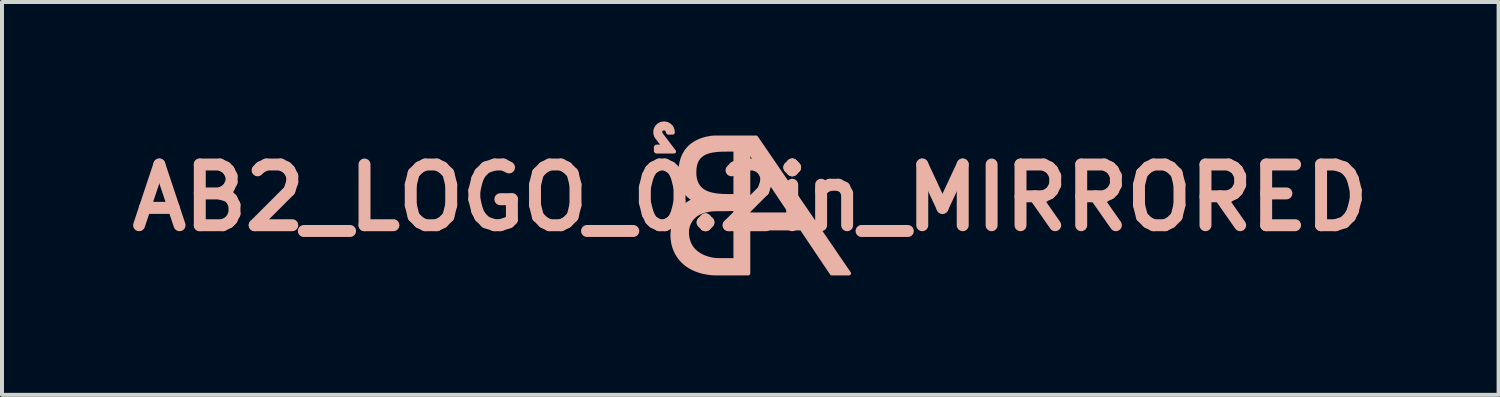
<source format=kicad_pcb>
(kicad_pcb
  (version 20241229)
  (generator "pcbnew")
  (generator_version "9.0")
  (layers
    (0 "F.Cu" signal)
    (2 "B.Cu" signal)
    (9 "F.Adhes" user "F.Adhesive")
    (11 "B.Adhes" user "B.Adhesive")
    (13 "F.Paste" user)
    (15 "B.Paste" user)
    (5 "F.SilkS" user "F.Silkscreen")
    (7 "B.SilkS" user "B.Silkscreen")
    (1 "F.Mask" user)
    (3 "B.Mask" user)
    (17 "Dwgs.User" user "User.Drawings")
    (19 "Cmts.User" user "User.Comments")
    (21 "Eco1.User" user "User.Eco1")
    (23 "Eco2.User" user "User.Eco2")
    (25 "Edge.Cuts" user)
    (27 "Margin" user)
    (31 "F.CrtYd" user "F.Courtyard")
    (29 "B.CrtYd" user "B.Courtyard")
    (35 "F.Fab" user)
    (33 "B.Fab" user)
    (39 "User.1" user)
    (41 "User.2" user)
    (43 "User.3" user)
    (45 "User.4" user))
  (footprint "AB2_LOGO_0.2in_MIRRORED"
    (layer "F.Cu")
    (at 15.792 1.916)
    (property "Reference" "AB2_LOGO_0.2in_MIRRORED" (at 0 0 0) (layer "B.SilkS") (effects (font (size 1.524 1.524) (thickness 0.3))))
    (attr through_hole)
    (fp_poly (pts (xy -1.915 -1.16) (xy -2.136 -1.16) (xy -2.358 -1.16) (xy -2.365 -1.167) (xy -2.372 -1.173) (xy -2.372 -1.222) (xy -2.372 -1.27) (xy -2.366 -1.277) (xy -2.36 -1.284) (xy -2.264 -1.285) (xy -2.246 -1.285) (xy -2.23 -1.285) (xy -2.214 -1.285) (xy -2.201 -1.285) (xy -2.189 -1.286) (xy -2.18 -1.286) (xy -2.173 -1.286) (xy -2.169 -1.286) (xy -2.168 -1.286) (xy -2.169 -1.287) (xy -2.172 -1.291) (xy -2.176 -1.297) (xy -2.182 -1.305) (xy -2.19 -1.315) (xy -2.198 -1.327) (xy -2.208 -1.339) (xy -2.218 -1.353) (xy -2.23 -1.368) (xy -2.232 -1.371) (xy -2.251 -1.396) (xy -2.268 -1.418) (xy -2.284 -1.438) (xy -2.297 -1.456) (xy -2.309 -1.472) (xy -2.32 -1.486) (xy -2.329 -1.498) (xy -2.337 -1.509) (xy -2.343 -1.518) (xy -2.349 -1.526) (xy -2.354 -1.533) (xy -2.358 -1.539) (xy -2.361 -1.545) (xy -2.364 -1.55) (xy -2.366 -1.554) (xy -2.368 -1.558) (xy -2.37 -1.562) (xy -2.371 -1.567) (xy -2.373 -1.571) (xy -2.374 -1.574) (xy -2.379 -1.591) (xy -2.383 -1.608) (xy -2.386 -1.625) (xy -2.386 -1.644) (xy -2.386 -1.649) (xy -2.386 -1.664) (xy -2.385 -1.677) (xy -2.383 -1.689) (xy -2.381 -1.701) (xy -2.377 -1.714) (xy -2.376 -1.718) (xy -2.366 -1.741) (xy -2.354 -1.763) (xy -2.339 -1.784) (xy -2.321 -1.803) (xy -2.302 -1.82) (xy -2.281 -1.835) (xy -2.258 -1.847) (xy -2.235 -1.856) (xy -2.211 -1.862) (xy -2.186 -1.865) (xy -2.16 -1.866) (xy -2.134 -1.863) (xy -2.108 -1.858) (xy -2.096 -1.854) (xy -2.073 -1.845) (xy -2.05 -1.832) (xy -2.029 -1.818) (xy -2.01 -1.801) (xy -1.993 -1.782) (xy -1.978 -1.762) (xy -1.971 -1.75) (xy -1.961 -1.726) (xy -1.954 -1.701) (xy -1.949 -1.674) (xy -1.948 -1.657) (xy -1.947 -1.636) (xy -2.003 -1.635) (xy -2.06 -1.635) (xy -2.065 -1.641) (xy -2.068 -1.645) (xy -2.07 -1.649) (xy -2.071 -1.653) (xy -2.073 -1.659) (xy -2.073 -1.665) (xy -2.075 -1.67) (xy -2.077 -1.677) (xy -2.08 -1.685) (xy -2.082 -1.687) (xy -2.09 -1.701) (xy -2.102 -1.714) (xy -2.115 -1.725) (xy -2.13 -1.734) (xy -2.142 -1.738) (xy -2.15 -1.74) (xy -2.161 -1.741) (xy -2.172 -1.741) (xy -2.182 -1.74) (xy -2.191 -1.738) (xy -2.208 -1.732) (xy -2.223 -1.723) (xy -2.236 -1.712) (xy -2.247 -1.699) (xy -2.256 -1.684) (xy -2.257 -1.68) (xy -2.26 -1.67) (xy -2.262 -1.658) (xy -2.262 -1.646) (xy -2.261 -1.634) (xy -2.261 -1.632) (xy -2.26 -1.629) (xy -2.259 -1.626) (xy -2.259 -1.623) (xy -2.258 -1.621) (xy -2.257 -1.618) (xy -2.255 -1.614) (xy -2.253 -1.611) (xy -2.251 -1.606) (xy -2.248 -1.601) (xy -2.244 -1.595) (xy -2.239 -1.588) (xy -2.233 -1.58) (xy -2.226 -1.571) (xy -2.218 -1.56) (xy -2.209 -1.547) (xy -2.198 -1.533) (xy -2.186 -1.517) (xy -2.172 -1.499) (xy -2.156 -1.478) (xy -2.139 -1.456) (xy -2.12 -1.431) (xy -2.104 -1.41) (xy -2.09 -1.392) (xy -2.076 -1.373) (xy -2.062 -1.355) (xy -2.047 -1.335) (xy -2.033 -1.316) (xy -2.018 -1.297) (xy -2.004 -1.278) (xy -1.99 -1.26) (xy -1.977 -1.243) (xy -1.965 -1.227) (xy -1.954 -1.212) (xy -1.944 -1.199) (xy -1.936 -1.188) (xy -1.929 -1.179) (xy -1.923 -1.172) (xy -1.92 -1.167) (xy -1.915 -1.16)) (stroke (width 0.1) (type solid)) (fill yes) (layer "B.SilkS"))
    (fp_poly (pts (xy 2.479 1.9) (xy 2.262 1.9) (xy 2.045 1.9) (xy 1.89 1.669) (xy 1.873 1.645) (xy 1.855 1.618) (xy 1.836 1.589) (xy 1.815 1.557) (xy 1.792 1.524) (xy 1.769 1.49) (xy 1.745 1.454) (xy 1.721 1.417) (xy 1.695 1.38) (xy 1.67 1.342) (xy 1.644 1.304) (xy 1.619 1.266) (xy 1.594 1.229) (xy 1.569 1.192) (xy 1.545 1.156) (xy 1.521 1.121) (xy 1.51 1.104) (xy 1.285 0.769) (xy 1.038 0.769) (xy 1.038 0.42) (xy 1.035 0.415) (xy 1.034 0.414) (xy 1.031 0.409) (xy 1.027 0.402) (xy 1.02 0.392) (xy 1.012 0.38) (xy 1.003 0.366) (xy 0.992 0.35) (xy 0.98 0.332) (xy 0.966 0.311) (xy 0.951 0.289) (xy 0.935 0.265) (xy 0.918 0.24) (xy 0.9 0.213) (xy 0.882 0.185) (xy 0.862 0.156) (xy 0.841 0.125) (xy 0.82 0.093) (xy 0.798 0.061) (xy 0.776 0.027) (xy 0.756 -0.003) (xy 0.729 -0.043) (xy 0.701 -0.085) (xy 0.671 -0.13) (xy 0.641 -0.175) (xy 0.609 -0.223) (xy 0.577 -0.271) (xy 0.544 -0.32) (xy 0.511 -0.369) (xy 0.478 -0.419) (xy 0.445 -0.468) (xy 0.412 -0.517) (xy 0.379 -0.566) (xy 0.348 -0.613) (xy 0.317 -0.659) (xy 0.288 -0.703) (xy 0.26 -0.745) (xy 0.233 -0.785) (xy 0.215 -0.811) (xy 0.193 -0.844) (xy 0.172 -0.877) (xy 0.15 -0.908) (xy 0.13 -0.939) (xy 0.11 -0.968) (xy 0.091 -0.997) (xy 0.073 -1.024) (xy 0.056 -1.049) (xy 0.04 -1.073) (xy 0.025 -1.096) (xy 0.011 -1.117) (xy -0.002 -1.136) (xy -0.013 -1.152) (xy -0.023 -1.167) (xy -0.031 -1.18) (xy -0.038 -1.19) (xy -0.044 -1.198) (xy -0.047 -1.203) (xy -0.049 -1.206) (xy -0.049 -1.206) (xy -0.049 -1.205) (xy -0.05 -1.2) (xy -0.05 -1.192) (xy -0.05 -1.181) (xy -0.05 -1.167) (xy -0.05 -1.15) (xy -0.05 -1.13) (xy -0.05 -1.107) (xy -0.05 -1.082) (xy -0.05 -1.054) (xy -0.05 -1.024) (xy -0.05 -0.991) (xy -0.05 -0.957) (xy -0.05 -0.92) (xy -0.051 -0.881) (xy -0.051 -0.84) (xy -0.051 -0.797) (xy -0.051 -0.752) (xy -0.051 -0.706) (xy -0.051 -0.658) (xy -0.051 -0.609) (xy -0.051 -0.559) (xy -0.051 -0.507) (xy -0.051 -0.454) (xy -0.051 -0.399) (xy -0.051 -0.394) (xy -0.051 0.42) (xy 0.494 0.42) (xy 1.038 0.42) (xy 1.038 0.769) (xy 0.617 0.769) (xy -0.051 0.769) (xy -0.051 1.334) (xy -0.051 1.9) (xy -0.374 1.9) (xy -0.374 1.566) (xy -0.374 0.924) (xy -0.374 0.283) (xy -0.374 -0.042) (xy -0.374 -0.626) (xy -0.374 -1.209) (xy -0.488 -1.209) (xy -0.535 -1.209) (xy -0.579 -1.209) (xy -0.62 -1.208) (xy -0.658 -1.208) (xy -0.694 -1.207) (xy -0.728 -1.206) (xy -0.759 -1.204) (xy -0.788 -1.203) (xy -0.816 -1.201) (xy -0.842 -1.199) (xy -0.867 -1.196) (xy -0.89 -1.193) (xy -0.913 -1.19) (xy -0.935 -1.187) (xy -0.957 -1.183) (xy -0.979 -1.179) (xy -0.994 -1.176) (xy -1.039 -1.165) (xy -1.081 -1.152) (xy -1.121 -1.137) (xy -1.158 -1.119) (xy -1.192 -1.1) (xy -1.224 -1.078) (xy -1.253 -1.055) (xy -1.28 -1.029) (xy -1.304 -1.001) (xy -1.325 -0.97) (xy -1.344 -0.938) (xy -1.36 -0.904) (xy -1.374 -0.867) (xy -1.383 -0.835) (xy -1.389 -0.81) (xy -1.394 -0.786) (xy -1.398 -0.761) (xy -1.401 -0.735) (xy -1.403 -0.708) (xy -1.404 -0.679) (xy -1.405 -0.66) (xy -1.405 -0.62) (xy -1.404 -0.583) (xy -1.401 -0.547) (xy -1.397 -0.514) (xy -1.391 -0.482) (xy -1.383 -0.45) (xy -1.379 -0.434) (xy -1.374 -0.416) (xy -1.369 -0.4) (xy -1.363 -0.385) (xy -1.357 -0.371) (xy -1.35 -0.355) (xy -1.346 -0.348) (xy -1.328 -0.315) (xy -1.309 -0.285) (xy -1.286 -0.256) (xy -1.261 -0.229) (xy -1.234 -0.204) (xy -1.205 -0.181) (xy -1.173 -0.16) (xy -1.138 -0.141) (xy -1.101 -0.123) (xy -1.061 -0.108) (xy -1.018 -0.094) (xy -0.973 -0.082) (xy -0.925 -0.072) (xy -0.874 -0.063) (xy -0.82 -0.056) (xy -0.774 -0.052) (xy -0.753 -0.05) (xy -0.734 -0.049) (xy -0.714 -0.047) (xy -0.694 -0.046) (xy -0.673 -0.046) (xy -0.651 -0.045) (xy -0.628 -0.044) (xy -0.604 -0.044) (xy -0.577 -0.043) (xy -0.548 -0.043) (xy -0.516 -0.043) (xy -0.483 -0.043) (xy -0.374 -0.042) (xy -0.374 0.283) (xy -0.425 0.284) (xy -0.448 0.284) (xy -0.474 0.285) (xy -0.501 0.285) (xy -0.53 0.285) (xy -0.559 0.286) (xy -0.589 0.286) (xy -0.619 0.287) (xy -0.649 0.287) (xy -0.677 0.287) (xy -0.705 0.287) (xy -0.73 0.288) (xy -0.753 0.288) (xy -0.774 0.288) (xy -0.785 0.288) (xy -0.818 0.288) (xy -0.848 0.288) (xy -0.876 0.289) (xy -0.901 0.29) (xy -0.925 0.291) (xy -0.948 0.292) (xy -0.969 0.294) (xy -0.99 0.296) (xy -1.01 0.299) (xy -1.023 0.301) (xy -1.072 0.309) (xy -1.118 0.319) (xy -1.162 0.331) (xy -1.205 0.345) (xy -1.245 0.361) (xy -1.279 0.376) (xy -1.31 0.392) (xy -1.337 0.408) (xy -1.363 0.425) (xy -1.387 0.443) (xy -1.41 0.463) (xy -1.433 0.485) (xy -1.435 0.487) (xy -1.464 0.518) (xy -1.49 0.551) (xy -1.513 0.586) (xy -1.533 0.622) (xy -1.55 0.661) (xy -1.565 0.701) (xy -1.576 0.743) (xy -1.585 0.786) (xy -1.586 0.793) (xy -1.587 0.8) (xy -1.588 0.807) (xy -1.588 0.815) (xy -1.589 0.824) (xy -1.589 0.835) (xy -1.589 0.848) (xy -1.589 0.864) (xy -1.589 0.867) (xy -1.589 0.888) (xy -1.589 0.907) (xy -1.588 0.923) (xy -1.587 0.939) (xy -1.585 0.954) (xy -1.583 0.97) (xy -1.581 0.987) (xy -1.579 0.998) (xy -1.569 1.044) (xy -1.557 1.088) (xy -1.542 1.131) (xy -1.524 1.172) (xy -1.503 1.212) (xy -1.479 1.249) (xy -1.452 1.285) (xy -1.423 1.319) (xy -1.39 1.351) (xy -1.355 1.381) (xy -1.317 1.409) (xy -1.306 1.416) (xy -1.266 1.441) (xy -1.223 1.465) (xy -1.177 1.486) (xy -1.13 1.504) (xy -1.08 1.521) (xy -1.029 1.535) (xy -0.976 1.547) (xy -0.974 1.548) (xy -0.952 1.552) (xy -0.929 1.555) (xy -0.906 1.559) (xy -0.884 1.561) (xy -0.863 1.563) (xy -0.845 1.565) (xy -0.837 1.565) (xy -0.833 1.565) (xy -0.827 1.565) (xy -0.817 1.565) (xy -0.805 1.565) (xy -0.791 1.566) (xy -0.774 1.566) (xy -0.755 1.566) (xy -0.734 1.566) (xy -0.711 1.566) (xy -0.687 1.566) (xy -0.661 1.566) (xy -0.635 1.566) (xy -0.607 1.566) (xy -0.599 1.566) (xy -0.374 1.566) (xy -0.374 1.9) (xy -0.472 1.9) (xy -0.51 1.9) (xy -0.547 1.9) (xy -0.583 1.899) (xy -0.617 1.899) (xy -0.651 1.899) (xy -0.683 1.899) (xy -0.714 1.899) (xy -0.743 1.899) (xy -0.77 1.899) (xy -0.795 1.899) (xy -0.818 1.899) (xy -0.839 1.899) (xy -0.857 1.899) (xy -0.873 1.899) (xy -0.886 1.899) (xy -0.896 1.899) (xy -0.903 1.899) (xy -0.906 1.899) (xy -0.907 1.899) (xy -0.928 1.898) (xy -0.952 1.896) (xy -0.977 1.894) (xy -1.004 1.891) (xy -1.031 1.888) (xy -1.058 1.884) (xy -1.084 1.88) (xy -1.099 1.878) (xy -1.162 1.866) (xy -1.223 1.851) (xy -1.282 1.834) (xy -1.339 1.814) (xy -1.394 1.792) (xy -1.446 1.768) (xy -1.497 1.741) (xy -1.545 1.712) (xy -1.59 1.681) (xy -1.634 1.647) (xy -1.675 1.61) (xy -1.713 1.572) (xy -1.749 1.531) (xy -1.783 1.488) (xy -1.793 1.474) (xy -1.822 1.43) (xy -1.848 1.384) (xy -1.872 1.336) (xy -1.892 1.287) (xy -1.91 1.236) (xy -1.925 1.185) (xy -1.937 1.132) (xy -1.945 1.079) (xy -1.952 1.025) (xy -1.955 0.971) (xy -1.955 0.916) (xy -1.952 0.861) (xy -1.946 0.806) (xy -1.937 0.75) (xy -1.925 0.696) (xy -1.91 0.641) (xy -1.893 0.587) (xy -1.881 0.558) (xy -1.859 0.507) (xy -1.835 0.457) (xy -1.807 0.41) (xy -1.777 0.364) (xy -1.744 0.319) (xy -1.726 0.297) (xy -1.717 0.286) (xy -1.705 0.274) (xy -1.693 0.26) (xy -1.679 0.246) (xy -1.664 0.232) (xy -1.65 0.218) (xy -1.637 0.206) (xy -1.625 0.195) (xy -1.617 0.189) (xy -1.582 0.161) (xy -1.545 0.135) (xy -1.508 0.112) (xy -1.471 0.092) (xy -1.435 0.075) (xy -1.426 0.071) (xy -1.418 0.067) (xy -1.411 0.064) (xy -1.406 0.061) (xy -1.405 0.061) (xy -1.397 0.056) (xy -1.403 0.051) (xy -1.407 0.049) (xy -1.412 0.045) (xy -1.42 0.04) (xy -1.429 0.034) (xy -1.438 0.028) (xy -1.439 0.027) (xy -1.46 0.014) (xy -1.478 0.002) (xy -1.494 -0.01) (xy -1.509 -0.021) (xy -1.522 -0.032) (xy -1.535 -0.043) (xy -1.549 -0.055) (xy -1.56 -0.066) (xy -1.591 -0.098) (xy -1.619 -0.133) (xy -1.644 -0.169) (xy -1.667 -0.208) (xy -1.688 -0.249) (xy -1.705 -0.292) (xy -1.72 -0.337) (xy -1.733 -0.384) (xy -1.742 -0.433) (xy -1.75 -0.484) (xy -1.754 -0.538) (xy -1.756 -0.593) (xy -1.755 -0.65) (xy -1.754 -0.663) (xy -1.753 -0.695) (xy -1.751 -0.725) (xy -1.749 -0.752) (xy -1.746 -0.777) (xy -1.743 -0.801) (xy -1.74 -0.824) (xy -1.736 -0.846) (xy -1.732 -0.869) (xy -1.73 -0.875) (xy -1.718 -0.927) (xy -1.703 -0.976) (xy -1.685 -1.024) (xy -1.664 -1.07) (xy -1.641 -1.114) (xy -1.615 -1.155) (xy -1.587 -1.194) (xy -1.556 -1.232) (xy -1.522 -1.267) (xy -1.486 -1.3) (xy -1.447 -1.33) (xy -1.405 -1.359) (xy -1.361 -1.385) (xy -1.331 -1.401) (xy -1.283 -1.424) (xy -1.232 -1.445) (xy -1.18 -1.462) (xy -1.125 -1.478) (xy -1.068 -1.49) (xy -1.009 -1.501) (xy -0.948 -1.509) (xy -0.936 -1.51) (xy -0.933 -1.51) (xy -0.929 -1.511) (xy -0.926 -1.511) (xy -0.922 -1.511) (xy -0.917 -1.511) (xy -0.912 -1.511) (xy -0.907 -1.512) (xy -0.9 -1.512) (xy -0.892 -1.512) (xy -0.883 -1.512) (xy -0.873 -1.512) (xy -0.862 -1.512) (xy -0.849 -1.512) (xy -0.835 -1.513) (xy -0.819 -1.513) (xy -0.801 -1.513) (xy -0.781 -1.513) (xy -0.759 -1.513) (xy -0.735 -1.513) (xy -0.708 -1.513) (xy -0.68 -1.513) (xy -0.648 -1.513) (xy -0.615 -1.513) (xy -0.578 -1.513) (xy -0.538 -1.513) (xy -0.496 -1.513) (xy -0.45 -1.513) (xy -0.402 -1.513) (xy -0.379 -1.513) (xy 0.146 -1.513) (xy 0.265 -1.339) (xy 0.282 -1.314) (xy 0.301 -1.287) (xy 0.321 -1.258) (xy 0.342 -1.227) (xy 0.364 -1.194) (xy 0.388 -1.16) (xy 0.413 -1.123) (xy 0.439 -1.085) (xy 0.466 -1.045) (xy 0.494 -1.004) (xy 0.524 -0.961) (xy 0.554 -0.917) (xy 0.585 -0.871) (xy 0.617 -0.824) (xy 0.65 -0.776) (xy 0.684 -0.726) (xy 0.719 -0.676) (xy 0.754 -0.624) (xy 0.79 -0.572) (xy 0.826 -0.518) (xy 0.864 -0.464) (xy 0.901 -0.409) (xy 0.939 -0.353) (xy 0.978 -0.297) (xy 1.017 -0.24) (xy 1.056 -0.182) (xy 1.096 -0.124) (xy 1.136 -0.066) (xy 1.176 -0.007) (xy 1.216 0.052) (xy 1.257 0.111) (xy 1.297 0.171) (xy 1.338 0.23) (xy 1.379 0.289) (xy 1.419 0.349) (xy 1.46 0.408) (xy 1.5 0.467) (xy 1.54 0.525) (xy 1.58 0.583) (xy 1.619 0.641) (xy 1.659 0.699) (xy 1.697 0.756) (xy 1.736 0.812) (xy 1.774 0.867) (xy 1.811 0.922) (xy 1.848 0.976) (xy 1.885 1.029) (xy 1.92 1.082) (xy 1.955 1.133) (xy 1.99 1.183) (xy 2.023 1.232) (xy 2.056 1.28) (xy 2.088 1.326) (xy 2.118 1.372) (xy 2.148 1.415) (xy 2.177 1.458) (xy 2.205 1.499) (xy 2.232 1.538) (xy 2.258 1.575) (xy 2.282 1.611) (xy 2.305 1.645) (xy 2.327 1.677) (xy 2.348 1.707) (xy 2.367 1.736) (xy 2.385 1.762) (xy 2.402 1.786) (xy 2.417 1.808) (xy 2.43 1.827) (xy 2.442 1.844) (xy 2.452 1.859) (xy 2.46 1.872) (xy 2.467 1.881) (xy 2.472 1.889) (xy 2.475 1.893) (xy 2.476 1.895) (xy 2.476 1.895) (xy 2.479 1.9)) (stroke (width 0.1) (type solid)) (fill yes) (layer "B.SilkS")))
  (gr_rect
    (start -3 -3)
    (end 34.583 6.866)
    (stroke (width 0.1) (type default))
    (fill no)
    (layer "Edge.Cuts")))
</source>
